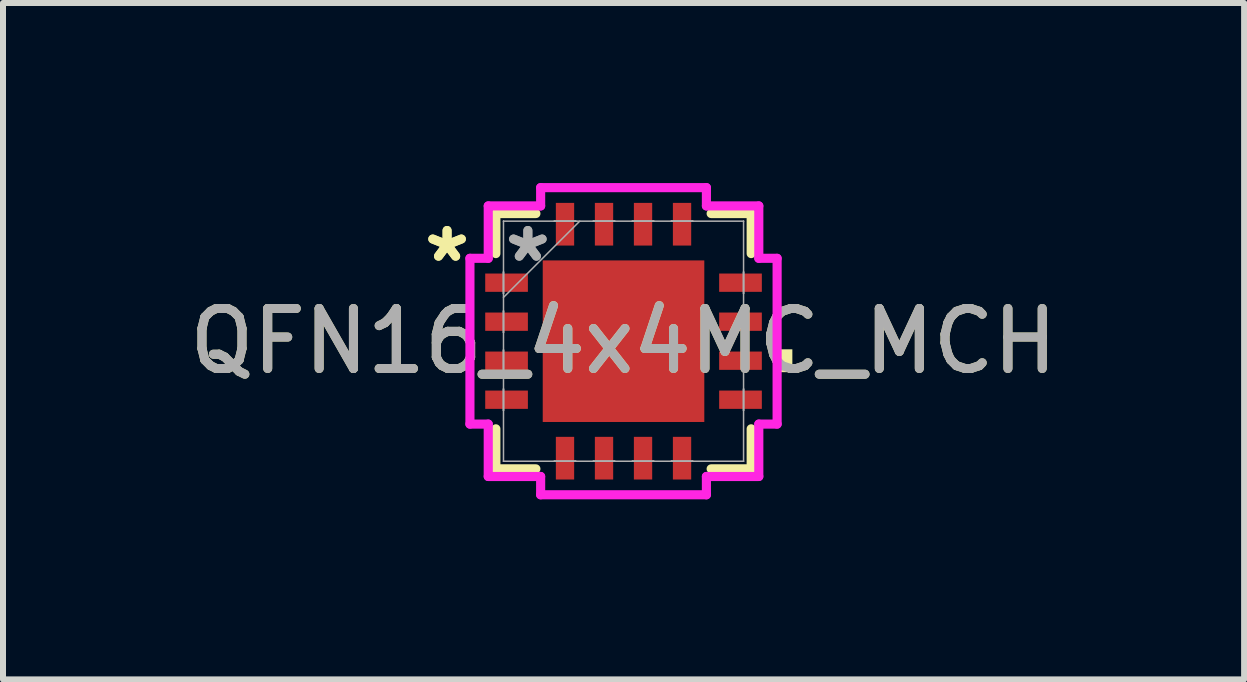
<source format=kicad_pcb>
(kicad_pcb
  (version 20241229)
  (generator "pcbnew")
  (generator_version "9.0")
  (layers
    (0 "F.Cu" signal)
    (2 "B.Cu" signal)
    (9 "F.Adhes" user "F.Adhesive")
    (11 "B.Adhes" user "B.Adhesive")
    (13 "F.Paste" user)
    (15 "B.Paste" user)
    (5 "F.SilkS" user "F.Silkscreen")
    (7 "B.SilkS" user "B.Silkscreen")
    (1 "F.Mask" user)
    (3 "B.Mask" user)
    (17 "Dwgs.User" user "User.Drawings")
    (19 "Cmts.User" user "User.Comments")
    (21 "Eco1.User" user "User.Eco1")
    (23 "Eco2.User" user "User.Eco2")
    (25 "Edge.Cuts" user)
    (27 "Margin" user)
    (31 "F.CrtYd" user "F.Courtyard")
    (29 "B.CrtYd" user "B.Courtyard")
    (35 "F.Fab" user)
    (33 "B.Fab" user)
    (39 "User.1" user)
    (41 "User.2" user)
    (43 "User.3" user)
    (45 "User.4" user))
  (footprint "QFN16_4x4MC_MCH"
    (layer "F.Cu")
    (at 7.339 2.635)
    (property "Reference" "QFN16_4x4MC_MCH" (at 0 0 0) (unlocked yes) (layer "F.SilkS") (effects (font (size 1 1) (thickness 0.15))))
    (attr smd)
    (fp_line (start -2.127 -2.127) (end -2.127 -1.46) (stroke (width 0.152) (type solid)) (layer "F.SilkS"))
    (fp_line (start -2.127 1.46) (end -2.127 2.127) (stroke (width 0.152) (type solid)) (layer "F.SilkS"))
    (fp_line (start -2.127 2.127) (end -1.46 2.127) (stroke (width 0.152) (type solid)) (layer "F.SilkS"))
    (fp_line (start -1.46 -2.127) (end -2.127 -2.127) (stroke (width 0.152) (type solid)) (layer "F.SilkS"))
    (fp_line (start 1.46 2.127) (end 2.127 2.127) (stroke (width 0.152) (type solid)) (layer "F.SilkS"))
    (fp_line (start 2.127 -2.127) (end 1.46 -2.127) (stroke (width 0.152) (type solid)) (layer "F.SilkS"))
    (fp_line (start 2.127 -1.46) (end 2.127 -2.127) (stroke (width 0.152) (type solid)) (layer "F.SilkS"))
    (fp_line (start 2.127 2.127) (end 2.127 1.46) (stroke (width 0.152) (type solid)) (layer "F.SilkS"))
    (fp_poly (pts (xy 2.813 0.135) (xy 2.813 0.516) (xy 2.559 0.516) (xy 2.559 0.135)) (stroke (width 0) (type solid)) (fill yes) (layer "F.SilkS"))
    (fp_poly (pts (xy -1.246 -1.246) (xy -1.246 -0.1) (xy -0.1 -0.1) (xy -0.1 -1.246)) (stroke (width 0) (type solid)) (fill yes) (layer "F.Paste"))
    (fp_poly (pts (xy -1.246 0.1) (xy -1.246 1.246) (xy -0.1 1.246) (xy -0.1 0.1)) (stroke (width 0) (type solid)) (fill yes) (layer "F.Paste"))
    (fp_poly (pts (xy 0.1 -1.246) (xy 0.1 -0.1) (xy 1.246 -0.1) (xy 1.246 -1.246)) (stroke (width 0) (type solid)) (fill yes) (layer "F.Paste"))
    (fp_poly (pts (xy 0.1 0.1) (xy 0.1 1.246) (xy 1.246 1.246) (xy 1.246 0.1)) (stroke (width 0) (type solid)) (fill yes) (layer "F.Paste"))
    (fp_line (start -2.559 -1.381) (end -2.254 -1.381) (stroke (width 0.152) (type solid)) (layer "F.CrtYd"))
    (fp_line (start -2.559 1.381) (end -2.559 -1.381) (stroke (width 0.152) (type solid)) (layer "F.CrtYd"))
    (fp_line (start -2.254 -2.254) (end -1.381 -2.254) (stroke (width 0.152) (type solid)) (layer "F.CrtYd"))
    (fp_line (start -2.254 -1.381) (end -2.254 -2.254) (stroke (width 0.152) (type solid)) (layer "F.CrtYd"))
    (fp_line (start -2.254 1.381) (end -2.559 1.381) (stroke (width 0.152) (type solid)) (layer "F.CrtYd"))
    (fp_line (start -2.254 2.254) (end -2.254 1.381) (stroke (width 0.152) (type solid)) (layer "F.CrtYd"))
    (fp_line (start -1.381 -2.559) (end 1.381 -2.559) (stroke (width 0.152) (type solid)) (layer "F.CrtYd"))
    (fp_line (start -1.381 -2.254) (end -1.381 -2.559) (stroke (width 0.152) (type solid)) (layer "F.CrtYd"))
    (fp_line (start -1.381 2.254) (end -2.254 2.254) (stroke (width 0.152) (type solid)) (layer "F.CrtYd"))
    (fp_line (start -1.381 2.559) (end -1.381 2.254) (stroke (width 0.152) (type solid)) (layer "F.CrtYd"))
    (fp_line (start 1.381 -2.559) (end 1.381 -2.254) (stroke (width 0.152) (type solid)) (layer "F.CrtYd"))
    (fp_line (start 1.381 -2.254) (end 2.254 -2.254) (stroke (width 0.152) (type solid)) (layer "F.CrtYd"))
    (fp_line (start 1.381 2.254) (end 1.381 2.559) (stroke (width 0.152) (type solid)) (layer "F.CrtYd"))
    (fp_line (start 1.381 2.559) (end -1.381 2.559) (stroke (width 0.152) (type solid)) (layer "F.CrtYd"))
    (fp_line (start 2.254 -2.254) (end 2.254 -1.381) (stroke (width 0.152) (type solid)) (layer "F.CrtYd"))
    (fp_line (start 2.254 -1.381) (end 2.559 -1.381) (stroke (width 0.152) (type solid)) (layer "F.CrtYd"))
    (fp_line (start 2.254 1.381) (end 2.254 2.254) (stroke (width 0.152) (type solid)) (layer "F.CrtYd"))
    (fp_line (start 2.254 2.254) (end 1.381 2.254) (stroke (width 0.152) (type solid)) (layer "F.CrtYd"))
    (fp_line (start 2.559 -1.381) (end 2.559 1.381) (stroke (width 0.152) (type solid)) (layer "F.CrtYd"))
    (fp_line (start 2.559 1.381) (end 2.254 1.381) (stroke (width 0.152) (type solid)) (layer "F.CrtYd"))
    (fp_line (start -2 -2) (end -2 -2) (stroke (width 0.025) (type solid)) (layer "F.Fab"))
    (fp_line (start -2 -2) (end -2 2) (stroke (width 0.025) (type solid)) (layer "F.Fab"))
    (fp_line (start -2 -1.153) (end -2 -1.153) (stroke (width 0.025) (type solid)) (layer "F.Fab"))
    (fp_line (start -2 -1.153) (end -2 -0.797) (stroke (width 0.025) (type solid)) (layer "F.Fab"))
    (fp_line (start -2 -0.797) (end -2 -1.153) (stroke (width 0.025) (type solid)) (layer "F.Fab"))
    (fp_line (start -2 -0.797) (end -2 -0.797) (stroke (width 0.025) (type solid)) (layer "F.Fab"))
    (fp_line (start -2 -0.73) (end -0.73 -2) (stroke (width 0.025) (type solid)) (layer "F.Fab"))
    (fp_line (start -2 -0.503) (end -2 -0.503) (stroke (width 0.025) (type solid)) (layer "F.Fab"))
    (fp_line (start -2 -0.503) (end -2 -0.147) (stroke (width 0.025) (type solid)) (layer "F.Fab"))
    (fp_line (start -2 -0.147) (end -2 -0.503) (stroke (width 0.025) (type solid)) (layer "F.Fab"))
    (fp_line (start -2 -0.147) (end -2 -0.147) (stroke (width 0.025) (type solid)) (layer "F.Fab"))
    (fp_line (start -2 0.147) (end -2 0.147) (stroke (width 0.025) (type solid)) (layer "F.Fab"))
    (fp_line (start -2 0.147) (end -2 0.503) (stroke (width 0.025) (type solid)) (layer "F.Fab"))
    (fp_line (start -2 0.503) (end -2 0.147) (stroke (width 0.025) (type solid)) (layer "F.Fab"))
    (fp_line (start -2 0.503) (end -2 0.503) (stroke (width 0.025) (type solid)) (layer "F.Fab"))
    (fp_line (start -2 0.797) (end -2 0.797) (stroke (width 0.025) (type solid)) (layer "F.Fab"))
    (fp_line (start -2 0.797) (end -2 1.153) (stroke (width 0.025) (type solid)) (layer "F.Fab"))
    (fp_line (start -2 1.153) (end -2 0.797) (stroke (width 0.025) (type solid)) (layer "F.Fab"))
    (fp_line (start -2 1.153) (end -2 1.153) (stroke (width 0.025) (type solid)) (layer "F.Fab"))
    (fp_line (start -2 2) (end -2 2) (stroke (width 0.025) (type solid)) (layer "F.Fab"))
    (fp_line (start -2 2) (end 2 2) (stroke (width 0.025) (type solid)) (layer "F.Fab"))
    (fp_line (start -1.153 -2) (end -1.153 -2) (stroke (width 0.025) (type solid)) (layer "F.Fab"))
    (fp_line (start -1.153 -2) (end -0.797 -2) (stroke (width 0.025) (type solid)) (layer "F.Fab"))
    (fp_line (start -1.153 2) (end -1.153 2) (stroke (width 0.025) (type solid)) (layer "F.Fab"))
    (fp_line (start -1.153 2) (end -0.797 2) (stroke (width 0.025) (type solid)) (layer "F.Fab"))
    (fp_line (start -0.797 -2) (end -1.153 -2) (stroke (width 0.025) (type solid)) (layer "F.Fab"))
    (fp_line (start -0.797 -2) (end -0.797 -2) (stroke (width 0.025) (type solid)) (layer "F.Fab"))
    (fp_line (start -0.797 2) (end -1.153 2) (stroke (width 0.025) (type solid)) (layer "F.Fab"))
    (fp_line (start -0.797 2) (end -0.797 2) (stroke (width 0.025) (type solid)) (layer "F.Fab"))
    (fp_line (start -0.503 -2) (end -0.503 -2) (stroke (width 0.025) (type solid)) (layer "F.Fab"))
    (fp_line (start -0.503 -2) (end -0.147 -2) (stroke (width 0.025) (type solid)) (layer "F.Fab"))
    (fp_line (start -0.503 2) (end -0.503 2) (stroke (width 0.025) (type solid)) (layer "F.Fab"))
    (fp_line (start -0.503 2) (end -0.147 2) (stroke (width 0.025) (type solid)) (layer "F.Fab"))
    (fp_line (start -0.147 -2) (end -0.503 -2) (stroke (width 0.025) (type solid)) (layer "F.Fab"))
    (fp_line (start -0.147 -2) (end -0.147 -2) (stroke (width 0.025) (type solid)) (layer "F.Fab"))
    (fp_line (start -0.147 2) (end -0.503 2) (stroke (width 0.025) (type solid)) (layer "F.Fab"))
    (fp_line (start -0.147 2) (end -0.147 2) (stroke (width 0.025) (type solid)) (layer "F.Fab"))
    (fp_line (start 0.147 -2) (end 0.147 -2) (stroke (width 0.025) (type solid)) (layer "F.Fab"))
    (fp_line (start 0.147 -2) (end 0.503 -2) (stroke (width 0.025) (type solid)) (layer "F.Fab"))
    (fp_line (start 0.147 2) (end 0.147 2) (stroke (width 0.025) (type solid)) (layer "F.Fab"))
    (fp_line (start 0.147 2) (end 0.503 2) (stroke (width 0.025) (type solid)) (layer "F.Fab"))
    (fp_line (start 0.503 -2) (end 0.147 -2) (stroke (width 0.025) (type solid)) (layer "F.Fab"))
    (fp_line (start 0.503 -2) (end 0.503 -2) (stroke (width 0.025) (type solid)) (layer "F.Fab"))
    (fp_line (start 0.503 2) (end 0.147 2) (stroke (width 0.025) (type solid)) (layer "F.Fab"))
    (fp_line (start 0.503 2) (end 0.503 2) (stroke (width 0.025) (type solid)) (layer "F.Fab"))
    (fp_line (start 0.797 -2) (end 0.797 -2) (stroke (width 0.025) (type solid)) (layer "F.Fab"))
    (fp_line (start 0.797 -2) (end 1.153 -2) (stroke (width 0.025) (type solid)) (layer "F.Fab"))
    (fp_line (start 0.797 2) (end 0.797 2) (stroke (width 0.025) (type solid)) (layer "F.Fab"))
    (fp_line (start 0.797 2) (end 1.153 2) (stroke (width 0.025) (type solid)) (layer "F.Fab"))
    (fp_line (start 1.153 -2) (end 0.797 -2) (stroke (width 0.025) (type solid)) (layer "F.Fab"))
    (fp_line (start 1.153 -2) (end 1.153 -2) (stroke (width 0.025) (type solid)) (layer "F.Fab"))
    (fp_line (start 1.153 2) (end 0.797 2) (stroke (width 0.025) (type solid)) (layer "F.Fab"))
    (fp_line (start 1.153 2) (end 1.153 2) (stroke (width 0.025) (type solid)) (layer "F.Fab"))
    (fp_line (start 2 -2) (end -2 -2) (stroke (width 0.025) (type solid)) (layer "F.Fab"))
    (fp_line (start 2 -2) (end 2 -2) (stroke (width 0.025) (type solid)) (layer "F.Fab"))
    (fp_line (start 2 -1.153) (end 2 -1.153) (stroke (width 0.025) (type solid)) (layer "F.Fab"))
    (fp_line (start 2 -1.153) (end 2 -0.797) (stroke (width 0.025) (type solid)) (layer "F.Fab"))
    (fp_line (start 2 -0.797) (end 2 -1.153) (stroke (width 0.025) (type solid)) (layer "F.Fab"))
    (fp_line (start 2 -0.797) (end 2 -0.797) (stroke (width 0.025) (type solid)) (layer "F.Fab"))
    (fp_line (start 2 -0.503) (end 2 -0.503) (stroke (width 0.025) (type solid)) (layer "F.Fab"))
    (fp_line (start 2 -0.503) (end 2 -0.147) (stroke (width 0.025) (type solid)) (layer "F.Fab"))
    (fp_line (start 2 -0.147) (end 2 -0.503) (stroke (width 0.025) (type solid)) (layer "F.Fab"))
    (fp_line (start 2 -0.147) (end 2 -0.147) (stroke (width 0.025) (type solid)) (layer "F.Fab"))
    (fp_line (start 2 0.147) (end 2 0.147) (stroke (width 0.025) (type solid)) (layer "F.Fab"))
    (fp_line (start 2 0.147) (end 2 0.503) (stroke (width 0.025) (type solid)) (layer "F.Fab"))
    (fp_line (start 2 0.503) (end 2 0.147) (stroke (width 0.025) (type solid)) (layer "F.Fab"))
    (fp_line (start 2 0.503) (end 2 0.503) (stroke (width 0.025) (type solid)) (layer "F.Fab"))
    (fp_line (start 2 0.797) (end 2 0.797) (stroke (width 0.025) (type solid)) (layer "F.Fab"))
    (fp_line (start 2 0.797) (end 2 1.153) (stroke (width 0.025) (type solid)) (layer "F.Fab"))
    (fp_line (start 2 1.153) (end 2 0.797) (stroke (width 0.025) (type solid)) (layer "F.Fab"))
    (fp_line (start 2 1.153) (end 2 1.153) (stroke (width 0.025) (type solid)) (layer "F.Fab"))
    (fp_line (start 2 2) (end 2 -2) (stroke (width 0.025) (type solid)) (layer "F.Fab"))
    (fp_line (start 2 2) (end 2 2) (stroke (width 0.025) (type solid)) (layer "F.Fab"))
    (fp_text user "*" (at -2.94 -1.3 0) (layer "F.SilkS") (effects (font (size 1 1) (thickness 0.15))))
    (fp_text user "*" (at -2.94 -1.3 0) (unlocked yes) (layer "F.SilkS") (effects (font (size 1 1) (thickness 0.15))))
    (fp_text user "*" (at -1.594 -1.3 0) (layer "F.Fab") (effects (font (size 1 1) (thickness 0.15))))
    (fp_text user "*" (at -1.594 -1.3 0) (unlocked yes) (layer "F.Fab") (effects (font (size 1 1) (thickness 0.15))))
    (fp_text user "${REFERENCE}" (at 0 0 0) (unlocked yes) (layer "F.Fab") (effects (font (size 1 1) (thickness 0.15))))
    (pad "1" smd rect (at -1.949 -0.975 90) (size 0.305 0.711) (layers "F.Cu" "F.Mask" "F.Paste"))
    (pad "2" smd rect (at -1.949 -0.325 90) (size 0.305 0.711) (layers "F.Cu" "F.Mask" "F.Paste"))
    (pad "3" smd rect (at -1.949 0.325 90) (size 0.305 0.711) (layers "F.Cu" "F.Mask" "F.Paste"))
    (pad "4" smd rect (at -1.949 0.975 90) (size 0.305 0.711) (layers "F.Cu" "F.Mask" "F.Paste"))
    (pad "5" smd rect (at -0.975 1.949) (size 0.305 0.711) (layers "F.Cu" "F.Mask" "F.Paste"))
    (pad "6" smd rect (at -0.325 1.949) (size 0.305 0.711) (layers "F.Cu" "F.Mask" "F.Paste"))
    (pad "7" smd rect (at 0.325 1.949) (size 0.305 0.711) (layers "F.Cu" "F.Mask" "F.Paste"))
    (pad "8" smd rect (at 0.975 1.949) (size 0.305 0.711) (layers "F.Cu" "F.Mask" "F.Paste"))
    (pad "9" smd rect (at 1.949 0.975 90) (size 0.305 0.711) (layers "F.Cu" "F.Mask" "F.Paste"))
    (pad "10" smd rect (at 1.949 0.325 90) (size 0.305 0.711) (layers "F.Cu" "F.Mask" "F.Paste"))
    (pad "11" smd rect (at 1.949 -0.325 90) (size 0.305 0.711) (layers "F.Cu" "F.Mask" "F.Paste"))
    (pad "12" smd rect (at 1.949 -0.975 90) (size 0.305 0.711) (layers "F.Cu" "F.Mask" "F.Paste"))
    (pad "13" smd rect (at 0.975 -1.949) (size 0.305 0.711) (layers "F.Cu" "F.Mask" "F.Paste"))
    (pad "14" smd rect (at 0.325 -1.949) (size 0.305 0.711) (layers "F.Cu" "F.Mask" "F.Paste"))
    (pad "15" smd rect (at -0.325 -1.949) (size 0.305 0.711) (layers "F.Cu" "F.Mask" "F.Paste"))
    (pad "16" smd rect (at -0.975 -1.949) (size 0.305 0.711) (layers "F.Cu" "F.Mask" "F.Paste"))
    (pad "17" smd rect (at 0 0) (size 2.692 2.692) (layers "F.Cu" "F.Mask" "F.Paste")))
  (gr_rect
    (start -3 -3)
    (end 17.679 8.27)
    (stroke (width 0.1) (type default))
    (fill no)
    (layer "Edge.Cuts")))
</source>
